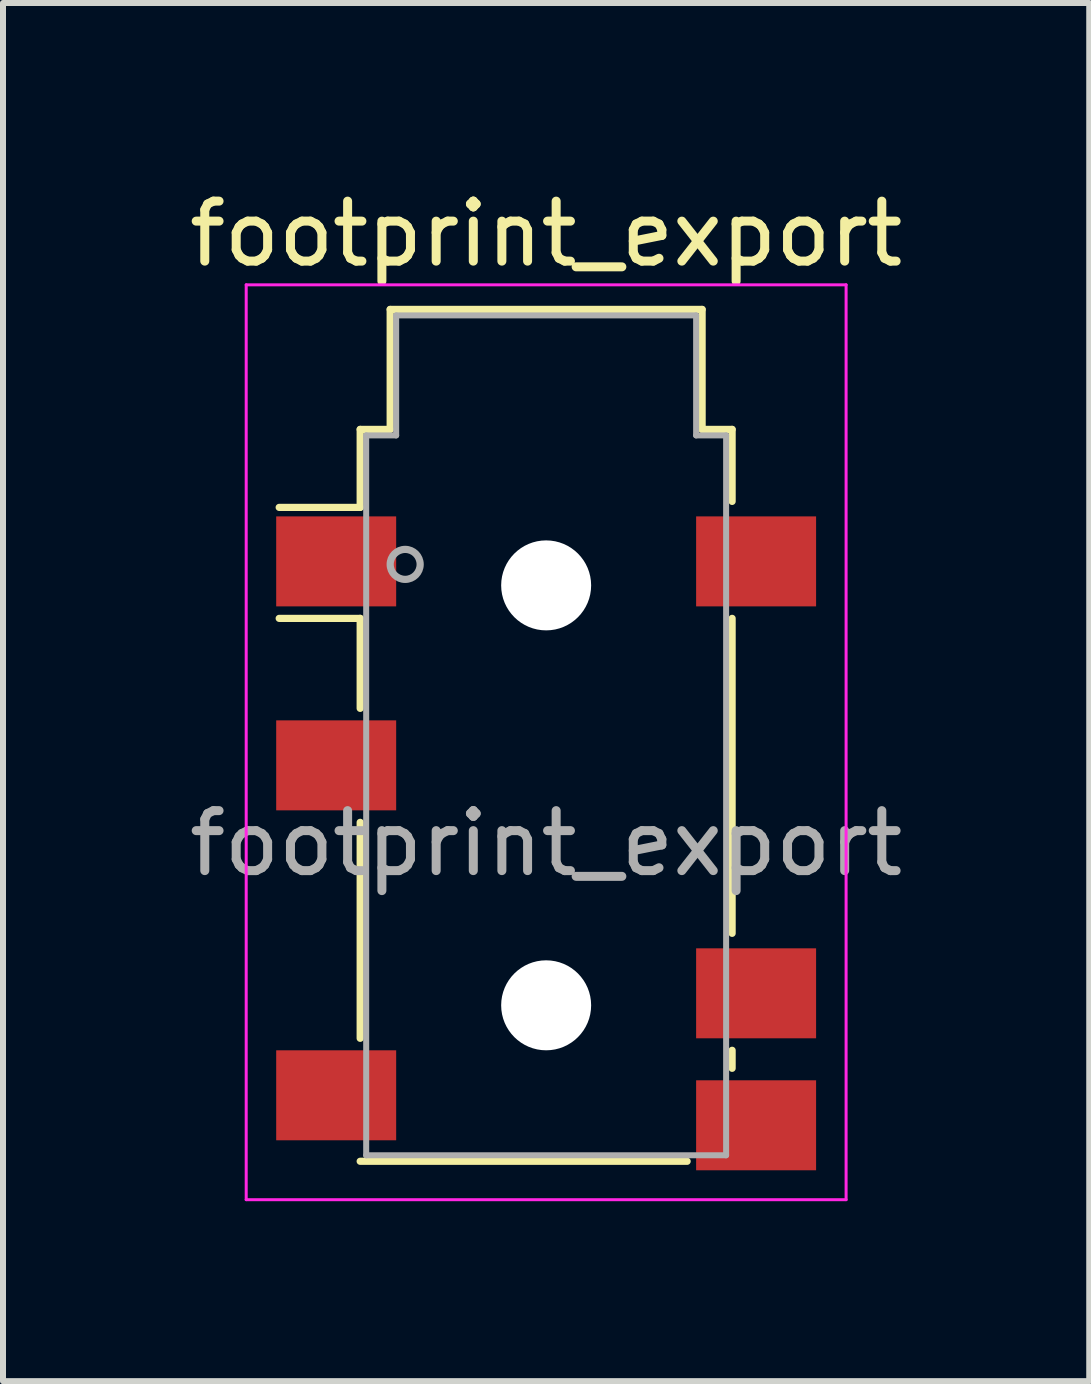
<source format=kicad_pcb>
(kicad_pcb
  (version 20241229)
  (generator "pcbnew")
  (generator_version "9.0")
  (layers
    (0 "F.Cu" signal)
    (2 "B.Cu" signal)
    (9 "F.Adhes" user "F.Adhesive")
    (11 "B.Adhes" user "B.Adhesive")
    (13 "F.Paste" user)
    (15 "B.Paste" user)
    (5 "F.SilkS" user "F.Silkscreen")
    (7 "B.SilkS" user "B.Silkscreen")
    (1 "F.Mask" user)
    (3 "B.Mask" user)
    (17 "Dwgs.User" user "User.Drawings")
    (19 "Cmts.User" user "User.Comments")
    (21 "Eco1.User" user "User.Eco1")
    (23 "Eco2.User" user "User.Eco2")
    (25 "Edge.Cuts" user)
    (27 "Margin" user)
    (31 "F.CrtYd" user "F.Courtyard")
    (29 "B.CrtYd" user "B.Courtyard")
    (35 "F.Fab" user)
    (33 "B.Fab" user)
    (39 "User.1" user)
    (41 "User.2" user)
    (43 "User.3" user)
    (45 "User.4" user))
  (footprint "footprint_export"
    (layer "F.Cu")
    (at 6.054 11.008)
    (property "Reference" "footprint_export" (at 0 -10.16 0) (layer "F.SilkS") (effects (font (size 1 1) (thickness 0.15))))
    (attr smd)
    (fp_line (start -3.1 -6.9) (end -2.6 -6.9) (stroke (width 0.12) (type solid)) (layer "F.SilkS"))
    (fp_line (start -3.1 -5.6) (end -4.45 -5.6) (stroke (width 0.12) (type solid)) (layer "F.SilkS"))
    (fp_line (start -3.1 -5.6) (end -3.1 -6.9) (stroke (width 0.12) (type solid)) (layer "F.SilkS"))
    (fp_line (start -3.1 -3.75) (end -4.45 -3.75) (stroke (width 0.12) (type solid)) (layer "F.SilkS"))
    (fp_line (start -3.1 -2.25) (end -3.1 -3.75) (stroke (width 0.12) (type solid)) (layer "F.SilkS"))
    (fp_line (start -3.1 3.25) (end -3.1 -0.35) (stroke (width 0.12) (type solid)) (layer "F.SilkS"))
    (fp_line (start -2.6 -8.9) (end 2.6 -8.9) (stroke (width 0.12) (type solid)) (layer "F.SilkS"))
    (fp_line (start -2.6 -6.9) (end -2.6 -8.9) (stroke (width 0.12) (type solid)) (layer "F.SilkS"))
    (fp_line (start 2.35 5.3) (end -3.1 5.3) (stroke (width 0.12) (type solid)) (layer "F.SilkS"))
    (fp_line (start 2.6 -8.9) (end 2.6 -6.9) (stroke (width 0.12) (type solid)) (layer "F.SilkS"))
    (fp_line (start 2.6 -6.9) (end 3.1 -6.9) (stroke (width 0.12) (type solid)) (layer "F.SilkS"))
    (fp_line (start 3.1 -6.9) (end 3.1 -5.7) (stroke (width 0.12) (type solid)) (layer "F.SilkS"))
    (fp_line (start 3.1 -3.75) (end 3.1 1.5) (stroke (width 0.12) (type solid)) (layer "F.SilkS"))
    (fp_line (start 3.1 3.45) (end 3.1 3.75) (stroke (width 0.12) (type solid)) (layer "F.SilkS"))
    (fp_line (start -5 -9.31) (end -5 5.94) (stroke (width 0.05) (type solid)) (layer "F.CrtYd"))
    (fp_line (start -5 -9.31) (end 5 -9.31) (stroke (width 0.05) (type solid)) (layer "F.CrtYd"))
    (fp_line (start -5 5.94) (end 5 5.94) (stroke (width 0.05) (type solid)) (layer "F.CrtYd"))
    (fp_line (start 5 5.94) (end 5 -9.31) (stroke (width 0.05) (type solid)) (layer "F.CrtYd"))
    (fp_line (start -3 -6.8) (end -3 5.2) (stroke (width 0.1) (type solid)) (layer "F.Fab"))
    (fp_line (start -3 5.2) (end 3 5.2) (stroke (width 0.1) (type solid)) (layer "F.Fab"))
    (fp_line (start -2.5 -8.8) (end -2.5 -6.8) (stroke (width 0.1) (type solid)) (layer "F.Fab"))
    (fp_line (start -2.5 -6.8) (end -3 -6.8) (stroke (width 0.1) (type solid)) (layer "F.Fab"))
    (fp_line (start 2.5 -8.8) (end -2.5 -8.8) (stroke (width 0.1) (type solid)) (layer "F.Fab"))
    (fp_line (start 2.5 -6.8) (end 2.5 -8.8) (stroke (width 0.1) (type solid)) (layer "F.Fab"))
    (fp_line (start 3 -6.8) (end 2.5 -6.8) (stroke (width 0.1) (type solid)) (layer "F.Fab"))
    (fp_line (start 3 5.2) (end 3 -6.8) (stroke (width 0.1) (type solid)) (layer "F.Fab"))
    (fp_circle (center -2.35 -4.65) (end -2.1 -4.65) (stroke (width 0.12) (type solid)) (fill no) (layer "F.Fab"))
    (fp_text user "${REFERENCE}" (at 0 0 0) (layer "F.Fab") (effects (font (size 1 1) (thickness 0.15))))
    (pad "" np_thru_hole circle (at 0 -4.3) (size 1.5 1.5) (drill 1.5) (layers "*.Cu" "*.Mask"))
    (pad "" np_thru_hole circle (at 0 2.7) (size 1.5 1.5) (drill 1.5) (layers "*.Cu" "*.Mask"))
    (pad "1" smd rect (at -3.5 -4.7) (size 2 1.5) (layers "F.Cu" "F.Mask" "F.Paste"))
    (pad "2" smd rect (at 3.5 -4.7) (size 2 1.5) (layers "F.Cu" "F.Mask" "F.Paste"))
    (pad "3" smd rect (at -3.5 -1.3) (size 2 1.5) (layers "F.Cu" "F.Mask" "F.Paste"))
    (pad "4" smd rect (at 3.5 2.5) (size 2 1.5) (layers "F.Cu" "F.Mask" "F.Paste"))
    (pad "5" smd rect (at 3.5 4.7) (size 2 1.5) (layers "F.Cu" "F.Mask" "F.Paste"))
    (pad "6" smd rect (at -3.5 4.2) (size 2 1.5) (layers "F.Cu" "F.Mask" "F.Paste")))
  (gr_rect
    (start -3 -3)
    (end 15.107 19.973)
    (stroke (width 0.1) (type default))
    (fill no)
    (layer "Edge.Cuts")))
</source>
